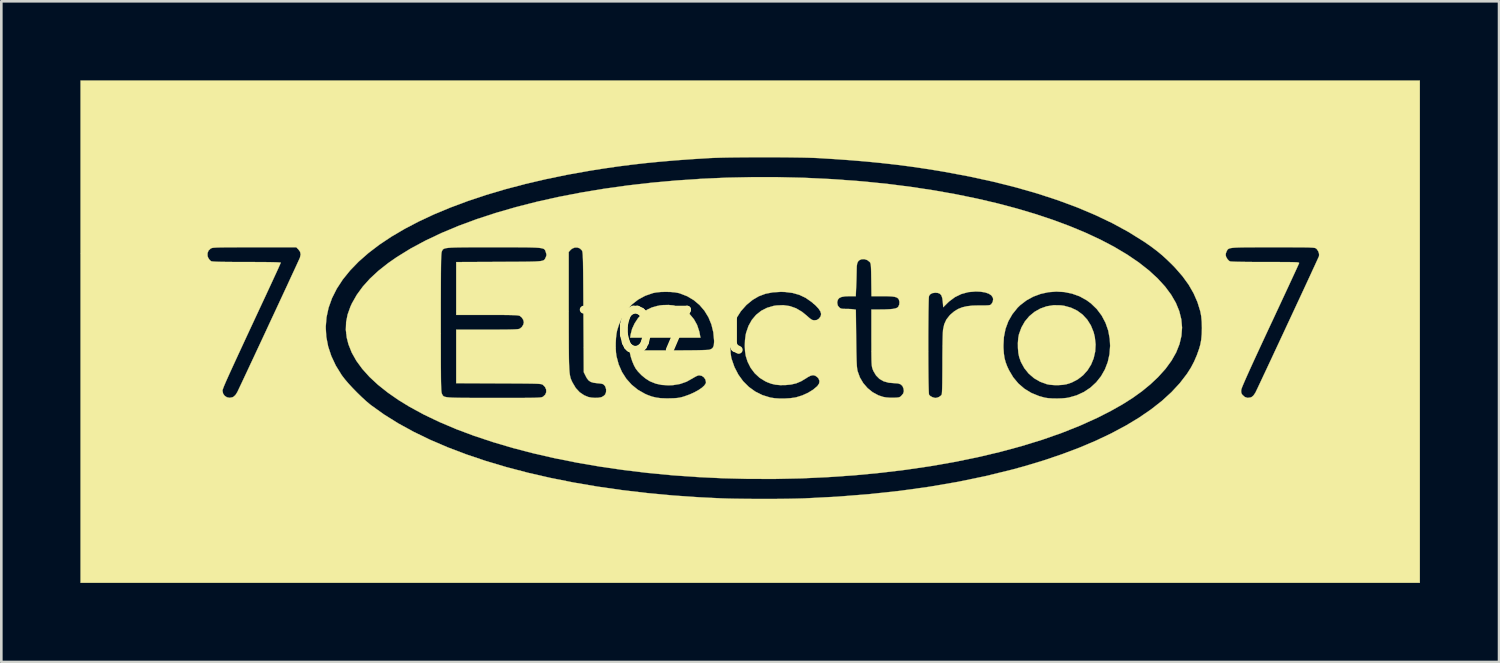
<source format=kicad_pcb>
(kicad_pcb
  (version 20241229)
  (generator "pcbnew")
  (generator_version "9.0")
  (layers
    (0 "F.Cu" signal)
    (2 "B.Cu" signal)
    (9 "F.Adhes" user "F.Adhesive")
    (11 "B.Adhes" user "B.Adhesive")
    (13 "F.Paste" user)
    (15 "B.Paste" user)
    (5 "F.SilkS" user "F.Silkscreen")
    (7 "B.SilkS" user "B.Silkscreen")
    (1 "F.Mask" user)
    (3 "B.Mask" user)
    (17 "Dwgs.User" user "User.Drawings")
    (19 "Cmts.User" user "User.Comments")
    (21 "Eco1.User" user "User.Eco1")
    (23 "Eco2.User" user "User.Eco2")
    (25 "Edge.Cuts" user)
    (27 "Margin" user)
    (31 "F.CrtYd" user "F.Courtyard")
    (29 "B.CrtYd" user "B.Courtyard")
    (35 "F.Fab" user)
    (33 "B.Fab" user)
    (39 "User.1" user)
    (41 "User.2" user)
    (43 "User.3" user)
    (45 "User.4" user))
  (footprint "707 logo 1"
    (layer "F.Cu")
    (at 25.405 9.53)
    (property "Reference" "707 logo 1" (at 0 0 0) (layer "F.SilkS") (effects (font (size 1.524 1.524) (thickness 0.3))))
    (attr through_hole)
    (fp_poly (pts (xy -2.916 -0.992) (xy -2.684 -0.922) (xy -2.474 -0.809) (xy -2.289 -0.657) (xy -2.134 -0.471) (xy -2.014 -0.256) (xy -1.934 -0.015) (xy -1.92 0.049) (xy -1.886 0.229) (xy -4.552 0.229) (xy -4.535 0.109) (xy -4.48 -0.104) (xy -4.383 -0.315) (xy -4.252 -0.514) (xy -4.095 -0.688) (xy -3.92 -0.825) (xy -3.908 -0.833) (xy -3.736 -0.915) (xy -3.534 -0.974) (xy -3.316 -1.007) (xy -3.098 -1.013) (xy -2.916 -0.992)) (stroke (width 0.01) (type solid)) (fill yes) (layer "F.SilkS"))
    (fp_poly (pts (xy 11.781 -0.999) (xy 11.906 -0.982) (xy 12.168 -0.91) (xy 12.404 -0.797) (xy 12.611 -0.644) (xy 12.785 -0.455) (xy 12.925 -0.232) (xy 13.027 0.021) (xy 13.072 0.206) (xy 13.102 0.485) (xy 13.086 0.755) (xy 13.028 1.011) (xy 12.93 1.25) (xy 12.795 1.466) (xy 12.626 1.654) (xy 12.425 1.81) (xy 12.195 1.93) (xy 12.003 1.993) (xy 11.864 2.017) (xy 11.698 2.028) (xy 11.523 2.027) (xy 11.361 2.013) (xy 11.252 1.992) (xy 10.996 1.899) (xy 10.766 1.765) (xy 10.565 1.592) (xy 10.399 1.386) (xy 10.27 1.151) (xy 10.204 0.967) (xy 10.172 0.81) (xy 10.156 0.624) (xy 10.154 0.429) (xy 10.168 0.245) (xy 10.194 0.103) (xy 10.288 -0.157) (xy 10.42 -0.388) (xy 10.586 -0.587) (xy 10.783 -0.75) (xy 11.005 -0.876) (xy 11.249 -0.962) (xy 11.509 -1.004) (xy 11.781 -0.999)) (stroke (width 0.01) (type solid)) (fill yes) (layer "F.SilkS"))
    (fp_poly (pts (xy 25.4 9.525) (xy -25.4 9.525) (xy -25.4 -2.976) (xy -20.585 -2.976) (xy -20.581 -2.866) (xy -20.558 -2.803) (xy -20.513 -2.733) (xy -20.46 -2.682) (xy -20.447 -2.674) (xy -20.419 -2.666) (xy -20.366 -2.66) (xy -20.284 -2.655) (xy -20.17 -2.65) (xy -20.021 -2.647) (xy -19.833 -2.645) (xy -19.604 -2.643) (xy -19.329 -2.642) (xy -19.094 -2.642) (xy -18.797 -2.641) (xy -18.534 -2.64) (xy -18.307 -2.638) (xy -18.119 -2.635) (xy -17.973 -2.631) (xy -17.871 -2.626) (xy -17.815 -2.621) (xy -17.805 -2.617) (xy -17.816 -2.59) (xy -17.846 -2.522) (xy -17.893 -2.416) (xy -17.956 -2.277) (xy -18.033 -2.111) (xy -18.121 -1.92) (xy -18.218 -1.71) (xy -18.323 -1.485) (xy -18.354 -1.417) (xy -18.577 -0.94) (xy -18.779 -0.506) (xy -18.962 -0.113) (xy -19.126 0.239) (xy -19.272 0.555) (xy -19.402 0.835) (xy -19.516 1.082) (xy -19.615 1.297) (xy -19.701 1.485) (xy -19.774 1.645) (xy -19.835 1.781) (xy -19.885 1.894) (xy -19.925 1.987) (xy -19.957 2.063) (xy -19.98 2.122) (xy -19.997 2.167) (xy -20.008 2.201) (xy -20.013 2.225) (xy -20.015 2.242) (xy -20.015 2.242) (xy -19.993 2.349) (xy -19.934 2.433) (xy -19.849 2.488) (xy -19.747 2.509) (xy -19.64 2.489) (xy -19.593 2.466) (xy -19.523 2.401) (xy -19.456 2.296) (xy -19.443 2.269) (xy -19.367 2.109) (xy -19.277 1.919) (xy -19.175 1.702) (xy -19.062 1.461) (xy -18.94 1.2) (xy -18.81 0.923) (xy -18.675 0.633) (xy -18.535 0.334) (xy -18.393 0.03) (xy -18.299 -0.173) (xy -16.1 -0.173) (xy -16.079 0.195) (xy -16.008 0.562) (xy -15.887 0.927) (xy -15.717 1.288) (xy -15.498 1.643) (xy -15.474 1.676) (xy -15.37 1.811) (xy -15.236 1.968) (xy -15.079 2.138) (xy -14.91 2.311) (xy -14.737 2.479) (xy -14.57 2.633) (xy -14.416 2.762) (xy -14.376 2.793) (xy -13.887 3.143) (xy -13.35 3.478) (xy -12.768 3.797) (xy -12.143 4.1) (xy -11.477 4.386) (xy -10.771 4.654) (xy -10.027 4.905) (xy -9.247 5.137) (xy -8.433 5.351) (xy -7.586 5.545) (xy -6.708 5.72) (xy -5.801 5.875) (xy -4.867 6.009) (xy -3.907 6.122) (xy -2.924 6.214) (xy -1.919 6.283) (xy -1.092 6.323) (xy -0.847 6.331) (xy -0.561 6.337) (xy -0.244 6.341) (xy 0.093 6.344) (xy 0.441 6.345) (xy 0.79 6.345) (xy 1.13 6.343) (xy 1.452 6.339) (xy 1.745 6.333) (xy 2 6.326) (xy 2.057 6.324) (xy 3.295 6.26) (xy 4.497 6.165) (xy 5.662 6.04) (xy 6.791 5.883) (xy 7.881 5.696) (xy 8.933 5.478) (xy 9.945 5.23) (xy 10.361 5.116) (xy 11.108 4.892) (xy 11.816 4.653) (xy 12.485 4.401) (xy 13.114 4.135) (xy 13.701 3.856) (xy 14.246 3.565) (xy 14.747 3.263) (xy 15.204 2.95) (xy 15.616 2.627) (xy 15.981 2.293) (xy 16.298 1.951) (xy 16.567 1.601) (xy 16.719 1.362) (xy 16.834 1.143) (xy 16.941 0.897) (xy 17.029 0.648) (xy 17.074 0.491) (xy 17.108 0.308) (xy 17.128 0.092) (xy 17.134 -0.139) (xy 17.128 -0.371) (xy 17.108 -0.587) (xy 17.074 -0.77) (xy 17.074 -0.77) (xy 16.966 -1.119) (xy 16.819 -1.455) (xy 16.631 -1.782) (xy 16.398 -2.103) (xy 16.118 -2.424) (xy 15.991 -2.555) (xy 15.8 -2.74) (xy 15.62 -2.904) (xy 15.605 -2.916) (xy 18.034 -2.916) (xy 18.053 -2.836) (xy 18.101 -2.754) (xy 18.163 -2.688) (xy 18.201 -2.666) (xy 18.241 -2.661) (xy 18.328 -2.656) (xy 18.46 -2.651) (xy 18.631 -2.648) (xy 18.84 -2.645) (xy 19.081 -2.643) (xy 19.353 -2.642) (xy 19.55 -2.642) (xy 19.838 -2.642) (xy 20.08 -2.641) (xy 20.279 -2.64) (xy 20.44 -2.639) (xy 20.566 -2.637) (xy 20.661 -2.634) (xy 20.73 -2.631) (xy 20.776 -2.626) (xy 20.805 -2.62) (xy 20.818 -2.612) (xy 20.822 -2.603) (xy 20.821 -2.597) (xy 20.808 -2.568) (xy 20.776 -2.497) (xy 20.725 -2.385) (xy 20.657 -2.237) (xy 20.573 -2.056) (xy 20.475 -1.844) (xy 20.364 -1.605) (xy 20.242 -1.343) (xy 20.11 -1.059) (xy 19.969 -0.757) (xy 19.822 -0.441) (xy 19.722 -0.229) (xy 19.525 0.194) (xy 19.349 0.573) (xy 19.194 0.908) (xy 19.059 1.202) (xy 18.944 1.455) (xy 18.847 1.67) (xy 18.769 1.847) (xy 18.708 1.988) (xy 18.664 2.094) (xy 18.637 2.167) (xy 18.626 2.207) (xy 18.625 2.21) (xy 18.623 2.295) (xy 18.644 2.358) (xy 18.67 2.396) (xy 18.762 2.478) (xy 18.866 2.512) (xy 18.98 2.496) (xy 19.026 2.476) (xy 19.092 2.419) (xy 19.158 2.322) (xy 19.174 2.292) (xy 19.199 2.239) (xy 19.244 2.146) (xy 19.305 2.016) (xy 19.382 1.853) (xy 19.472 1.66) (xy 19.575 1.442) (xy 19.688 1.2) (xy 19.81 0.94) (xy 19.938 0.665) (xy 20.072 0.378) (xy 20.21 0.083) (xy 20.349 -0.216) (xy 20.489 -0.516) (xy 20.628 -0.814) (xy 20.763 -1.105) (xy 20.894 -1.385) (xy 21.018 -1.652) (xy 21.134 -1.902) (xy 21.24 -2.131) (xy 21.334 -2.336) (xy 21.416 -2.512) (xy 21.482 -2.657) (xy 21.532 -2.766) (xy 21.564 -2.837) (xy 21.576 -2.864) (xy 21.579 -2.947) (xy 21.551 -3.04) (xy 21.499 -3.122) (xy 21.47 -3.149) (xy 21.456 -3.16) (xy 21.438 -3.169) (xy 21.414 -3.176) (xy 21.379 -3.182) (xy 21.33 -3.187) (xy 21.262 -3.191) (xy 21.171 -3.195) (xy 21.054 -3.197) (xy 20.908 -3.198) (xy 20.727 -3.199) (xy 20.508 -3.2) (xy 20.248 -3.2) (xy 19.941 -3.2) (xy 19.833 -3.2) (xy 19.5 -3.2) (xy 19.214 -3.2) (xy 18.971 -3.199) (xy 18.767 -3.198) (xy 18.6 -3.195) (xy 18.464 -3.191) (xy 18.357 -3.185) (xy 18.274 -3.176) (xy 18.212 -3.166) (xy 18.167 -3.152) (xy 18.135 -3.135) (xy 18.112 -3.115) (xy 18.095 -3.091) (xy 18.08 -3.063) (xy 18.073 -3.049) (xy 18.045 -2.978) (xy 18.034 -2.916) (xy 15.605 -2.916) (xy 15.437 -3.055) (xy 15.24 -3.204) (xy 15.016 -3.362) (xy 14.897 -3.441) (xy 14.343 -3.786) (xy 13.742 -4.113) (xy 13.095 -4.422) (xy 12.403 -4.714) (xy 11.667 -4.987) (xy 10.889 -5.241) (xy 10.068 -5.476) (xy 9.206 -5.692) (xy 8.305 -5.888) (xy 7.364 -6.064) (xy 7.106 -6.108) (xy 6.567 -6.193) (xy 6.034 -6.27) (xy 5.501 -6.338) (xy 4.957 -6.399) (xy 4.396 -6.454) (xy 3.808 -6.503) (xy 3.185 -6.547) (xy 2.603 -6.583) (xy 2.432 -6.591) (xy 2.217 -6.598) (xy 1.964 -6.604) (xy 1.68 -6.608) (xy 1.373 -6.612) (xy 1.048 -6.614) (xy 0.713 -6.615) (xy 0.374 -6.615) (xy 0.038 -6.614) (xy -0.289 -6.612) (xy -0.599 -6.609) (xy -0.886 -6.605) (xy -1.143 -6.599) (xy -1.364 -6.592) (xy -1.542 -6.584) (xy -1.562 -6.583) (xy -2.223 -6.542) (xy -2.841 -6.497) (xy -3.425 -6.447) (xy -3.984 -6.392) (xy -4.526 -6.33) (xy -5.059 -6.261) (xy -5.591 -6.183) (xy -6.065 -6.108) (xy -6.919 -5.956) (xy -7.744 -5.786) (xy -8.537 -5.601) (xy -9.297 -5.4) (xy -10.024 -5.184) (xy -10.716 -4.953) (xy -11.372 -4.708) (xy -11.99 -4.451) (xy -12.57 -4.18) (xy -13.11 -3.897) (xy -13.61 -3.603) (xy -14.067 -3.298) (xy -14.481 -2.982) (xy -14.851 -2.657) (xy -15.175 -2.322) (xy -15.453 -1.979) (xy -15.682 -1.628) (xy -15.862 -1.27) (xy -15.992 -0.907) (xy -16.071 -0.541) (xy -16.1 -0.173) (xy -18.299 -0.173) (xy -18.251 -0.277) (xy -18.109 -0.581) (xy -17.969 -0.881) (xy -17.834 -1.172) (xy -17.704 -1.451) (xy -17.582 -1.713) (xy -17.47 -1.956) (xy -17.368 -2.177) (xy -17.278 -2.37) (xy -17.203 -2.533) (xy -17.144 -2.662) (xy -17.102 -2.754) (xy -17.08 -2.805) (xy -17.076 -2.814) (xy -17.052 -2.93) (xy -17.071 -3.027) (xy -17.136 -3.119) (xy -17.144 -3.127) (xy -17.217 -3.2) (xy -18.8 -3.2) (xy -19.124 -3.2) (xy -19.4 -3.2) (xy -19.633 -3.199) (xy -19.827 -3.198) (xy -19.987 -3.197) (xy -20.114 -3.195) (xy -20.215 -3.192) (xy -20.292 -3.188) (xy -20.349 -3.184) (xy -20.391 -3.178) (xy -20.421 -3.171) (xy -20.444 -3.162) (xy -20.462 -3.152) (xy -20.465 -3.151) (xy -20.545 -3.075) (xy -20.585 -2.976) (xy -25.4 -2.976) (xy -25.4 -9.525) (xy 25.4 -9.525) (xy 25.4 9.525)) (stroke (width 0.01) (type solid)) (fill yes) (layer "F.SilkS"))
    (fp_poly (pts (xy 1.052 -5.86) (xy 2.035 -5.837) (xy 3.022 -5.79) (xy 4.009 -5.721) (xy 4.381 -5.689) (xy 5.266 -5.598) (xy 6.131 -5.487) (xy 6.974 -5.359) (xy 7.795 -5.213) (xy 8.59 -5.05) (xy 9.358 -4.871) (xy 10.097 -4.676) (xy 10.805 -4.466) (xy 11.481 -4.241) (xy 12.121 -4.003) (xy 12.725 -3.752) (xy 13.291 -3.488) (xy 13.816 -3.212) (xy 14.298 -2.925) (xy 14.736 -2.628) (xy 15.128 -2.32) (xy 15.456 -2.018) (xy 15.737 -1.711) (xy 15.967 -1.402) (xy 16.147 -1.091) (xy 16.275 -0.779) (xy 16.353 -0.466) (xy 16.381 -0.153) (xy 16.357 0.161) (xy 16.283 0.474) (xy 16.158 0.787) (xy 15.982 1.098) (xy 15.756 1.408) (xy 15.478 1.716) (xy 15.469 1.726) (xy 15.178 1.999) (xy 14.859 2.261) (xy 14.506 2.514) (xy 14.115 2.761) (xy 13.682 3.005) (xy 13.203 3.25) (xy 13.17 3.266) (xy 12.514 3.563) (xy 11.813 3.842) (xy 11.071 4.102) (xy 10.289 4.342) (xy 9.471 4.563) (xy 8.62 4.764) (xy 7.738 4.944) (xy 6.828 5.103) (xy 5.893 5.24) (xy 4.935 5.355) (xy 3.958 5.448) (xy 2.965 5.517) (xy 1.957 5.564) (xy 0.939 5.586) (xy -0.088 5.584) (xy -1.041 5.56) (xy -2.005 5.514) (xy -2.954 5.447) (xy -3.887 5.358) (xy -4.8 5.248) (xy -5.693 5.119) (xy -6.561 4.97) (xy -7.404 4.802) (xy -8.218 4.616) (xy -9.002 4.412) (xy -9.752 4.19) (xy -10.467 3.953) (xy -11.145 3.699) (xy -11.782 3.429) (xy -12.377 3.145) (xy -12.927 2.846) (xy -13.332 2.598) (xy -13.748 2.309) (xy -14.118 2.015) (xy -14.44 1.716) (xy -14.713 1.412) (xy -14.938 1.105) (xy -15.113 0.794) (xy -15.238 0.48) (xy -15.302 0.229) (xy -15.337 -0.069) (xy -15.327 -0.341) (xy -11.735 -0.341) (xy -11.735 0.083) (xy -11.735 0.459) (xy -11.734 0.791) (xy -11.734 1.08) (xy -11.733 1.331) (xy -11.731 1.545) (xy -11.73 1.726) (xy -11.728 1.878) (xy -11.725 2.002) (xy -11.722 2.102) (xy -11.719 2.18) (xy -11.715 2.24) (xy -11.71 2.285) (xy -11.705 2.317) (xy -11.699 2.34) (xy -11.693 2.353) (xy -11.68 2.383) (xy -11.666 2.409) (xy -11.65 2.431) (xy -11.628 2.45) (xy -11.595 2.466) (xy -11.549 2.478) (xy -11.486 2.489) (xy -11.403 2.497) (xy -11.295 2.503) (xy -11.16 2.507) (xy -10.994 2.51) (xy -10.793 2.512) (xy -10.554 2.513) (xy -10.273 2.513) (xy -9.947 2.513) (xy -9.728 2.513) (xy -9.383 2.514) (xy -9.085 2.514) (xy -8.831 2.513) (xy -8.616 2.513) (xy -8.438 2.512) (xy -8.292 2.51) (xy -8.175 2.508) (xy -8.083 2.504) (xy -8.012 2.501) (xy -7.96 2.496) (xy -7.922 2.49) (xy -7.895 2.483) (xy -7.874 2.475) (xy -7.857 2.465) (xy -7.856 2.465) (xy -7.775 2.39) (xy -7.736 2.297) (xy -7.738 2.196) (xy -7.782 2.098) (xy -7.857 2.022) (xy -7.872 2.011) (xy -7.89 2.002) (xy -7.914 1.994) (xy -7.948 1.987) (xy -7.996 1.982) (xy -8.061 1.977) (xy -8.148 1.974) (xy -8.261 1.971) (xy -8.402 1.969) (xy -8.577 1.967) (xy -8.789 1.965) (xy -9.041 1.964) (xy -9.338 1.962) (xy -9.54 1.962) (xy -11.151 1.955) (xy -11.151 -0.076) (xy -9.981 -0.076) (xy -9.7 -0.076) (xy -9.466 -0.077) (xy -9.274 -0.078) (xy -9.119 -0.081) (xy -8.998 -0.084) (xy -8.905 -0.088) (xy -8.836 -0.093) (xy -8.788 -0.099) (xy -8.755 -0.107) (xy -8.737 -0.115) (xy -8.662 -0.176) (xy -8.607 -0.264) (xy -8.585 -0.355) (xy -8.585 -0.356) (xy -8.607 -0.447) (xy -8.662 -0.535) (xy -8.737 -0.596) (xy -8.737 -0.596) (xy -8.761 -0.606) (xy -8.797 -0.613) (xy -8.849 -0.62) (xy -8.923 -0.625) (xy -9.021 -0.628) (xy -9.149 -0.631) (xy -9.312 -0.633) (xy -9.512 -0.634) (xy -9.756 -0.635) (xy -9.981 -0.635) (xy -11.151 -0.635) (xy -11.151 -2.64) (xy -9.531 -2.647) (xy -9.196 -2.649) (xy -8.909 -2.65) (xy -8.664 -2.652) (xy -8.459 -2.654) (xy -8.29 -2.657) (xy -8.153 -2.661) (xy -8.045 -2.668) (xy -7.961 -2.676) (xy -7.898 -2.687) (xy -7.853 -2.7) (xy -7.821 -2.717) (xy -7.799 -2.737) (xy -7.783 -2.761) (xy -7.769 -2.789) (xy -7.756 -2.818) (xy -7.731 -2.882) (xy -7.729 -2.937) (xy -7.75 -3.009) (xy -7.754 -3.022) (xy -6.883 -3.022) (xy -6.883 -0.781) (xy -6.882 -0.376) (xy -6.882 -0.019) (xy -6.881 0.294) (xy -6.88 0.566) (xy -6.878 0.801) (xy -6.876 1.002) (xy -6.872 1.173) (xy -6.867 1.316) (xy -6.861 1.435) (xy -6.853 1.534) (xy -6.843 1.616) (xy -6.831 1.683) (xy -6.818 1.741) (xy -6.802 1.791) (xy -6.783 1.838) (xy -6.762 1.884) (xy -6.737 1.934) (xy -6.735 1.938) (xy -6.614 2.14) (xy -6.468 2.298) (xy -6.296 2.414) (xy -6.14 2.478) (xy -6.027 2.501) (xy -5.897 2.511) (xy -5.768 2.508) (xy -5.661 2.49) (xy -5.629 2.479) (xy -5.558 2.438) (xy -5.504 2.387) (xy -5.502 2.385) (xy -5.467 2.294) (xy -5.464 2.187) (xy -5.495 2.086) (xy -5.52 2.047) (xy -5.553 2.011) (xy -5.591 1.987) (xy -5.645 1.973) (xy -5.73 1.962) (xy -5.796 1.956) (xy -5.941 1.938) (xy -6.048 1.905) (xy -6.129 1.85) (xy -6.195 1.766) (xy -6.24 1.682) (xy -6.312 1.537) (xy -6.317 0.612) (xy -5.1 0.612) (xy -5.091 0.785) (xy -5.072 0.929) (xy -5.072 0.931) (xy -4.989 1.242) (xy -4.864 1.528) (xy -4.699 1.786) (xy -4.497 2.012) (xy -4.26 2.204) (xy -3.991 2.358) (xy -3.884 2.405) (xy -3.722 2.463) (xy -3.561 2.501) (xy -3.386 2.524) (xy -3.185 2.531) (xy -3.048 2.53) (xy -2.894 2.525) (xy -2.776 2.517) (xy -2.679 2.503) (xy -2.587 2.482) (xy -2.489 2.452) (xy -2.295 2.382) (xy -2.118 2.302) (xy -1.963 2.217) (xy -1.835 2.13) (xy -1.742 2.046) (xy -1.688 1.968) (xy -1.676 1.919) (xy -1.698 1.817) (xy -1.755 1.733) (xy -1.836 1.676) (xy -1.931 1.657) (xy -1.974 1.662) (xy -2.035 1.686) (xy -2.115 1.728) (xy -2.172 1.763) (xy -2.412 1.897) (xy -2.66 1.984) (xy -2.924 2.028) (xy -3.102 2.035) (xy -3.354 2.02) (xy -3.576 1.973) (xy -3.782 1.891) (xy -3.822 1.871) (xy -3.972 1.775) (xy -4.122 1.651) (xy -4.255 1.513) (xy -4.344 1.397) (xy -4.411 1.272) (xy -4.475 1.118) (xy -4.527 0.958) (xy -4.559 0.819) (xy -4.576 0.711) (xy -3.107 0.711) (xy -2.759 0.711) (xy -2.451 0.709) (xy -2.185 0.707) (xy -1.962 0.704) (xy -1.785 0.699) (xy -1.654 0.694) (xy -1.571 0.689) (xy -1.543 0.684) (xy -1.462 0.651) (xy -1.451 0.64) (xy -0.751 0.64) (xy -0.741 0.821) (xy -0.72 0.973) (xy -0.707 1.029) (xy -0.596 1.346) (xy -0.448 1.631) (xy -0.266 1.882) (xy -0.051 2.096) (xy 0.193 2.272) (xy 0.465 2.407) (xy 0.763 2.499) (xy 0.775 2.501) (xy 0.931 2.525) (xy 1.119 2.537) (xy 1.32 2.536) (xy 1.516 2.524) (xy 1.69 2.501) (xy 1.748 2.489) (xy 1.976 2.418) (xy 2.193 2.32) (xy 2.385 2.202) (xy 2.542 2.07) (xy 2.551 2.06) (xy 2.615 1.965) (xy 2.628 1.869) (xy 2.592 1.777) (xy 2.545 1.724) (xy 2.467 1.67) (xy 2.387 1.651) (xy 2.297 1.669) (xy 2.188 1.724) (xy 2.123 1.767) (xy 1.932 1.882) (xy 1.746 1.96) (xy 1.546 2.006) (xy 1.346 2.025) (xy 1.138 2.028) (xy 0.962 2.012) (xy 0.801 1.975) (xy 0.64 1.914) (xy 0.569 1.88) (xy 0.356 1.748) (xy 0.171 1.576) (xy 0.017 1.371) (xy -0.099 1.139) (xy -0.167 0.923) (xy -0.195 0.742) (xy -0.205 0.535) (xy -0.197 0.321) (xy -0.171 0.123) (xy -0.154 0.043) (xy -0.064 -0.218) (xy 0.063 -0.446) (xy 0.224 -0.637) (xy 0.417 -0.791) (xy 0.64 -0.905) (xy 0.891 -0.978) (xy 0.995 -0.994) (xy 1.258 -1.005) (xy 1.506 -0.969) (xy 1.741 -0.886) (xy 1.966 -0.753) (xy 2.141 -0.611) (xy 2.233 -0.529) (xy 2.299 -0.477) (xy 2.35 -0.447) (xy 2.396 -0.434) (xy 2.441 -0.432) (xy 2.527 -0.443) (xy 2.596 -0.485) (xy 2.618 -0.506) (xy 2.675 -0.586) (xy 2.691 -0.672) (xy 2.664 -0.767) (xy 2.594 -0.874) (xy 2.48 -0.996) (xy 2.377 -1.085) (xy 3.302 -1.085) (xy 3.323 -0.991) (xy 3.369 -0.931) (xy 3.409 -0.896) (xy 3.451 -0.876) (xy 3.511 -0.866) (xy 3.604 -0.863) (xy 3.629 -0.863) (xy 3.738 -0.861) (xy 3.84 -0.856) (xy 3.914 -0.848) (xy 3.915 -0.848) (xy 4.008 -0.832) (xy 4.02 0.251) (xy 4.024 0.527) (xy 4.027 0.757) (xy 4.032 0.946) (xy 4.036 1.1) (xy 4.042 1.222) (xy 4.048 1.319) (xy 4.056 1.394) (xy 4.065 1.454) (xy 4.074 1.496) (xy 4.16 1.734) (xy 4.287 1.95) (xy 4.45 2.139) (xy 4.643 2.296) (xy 4.861 2.414) (xy 5.045 2.475) (xy 5.161 2.495) (xy 5.304 2.506) (xy 5.427 2.507) (xy 5.541 2.503) (xy 5.616 2.496) (xy 5.667 2.482) (xy 5.706 2.458) (xy 5.728 2.438) (xy 5.802 2.35) (xy 5.829 2.259) (xy 5.816 2.158) (xy 5.775 2.061) (xy 5.708 1.998) (xy 5.609 1.964) (xy 5.489 1.955) (xy 5.259 1.937) (xy 5.064 1.883) (xy 4.903 1.791) (xy 4.774 1.661) (xy 4.674 1.493) (xy 4.648 1.429) (xy 4.636 1.393) (xy 4.625 1.356) (xy 4.617 1.311) (xy 4.611 1.253) (xy 4.606 1.179) (xy 4.602 1.081) (xy 4.6 0.956) (xy 4.598 0.799) (xy 4.598 0.603) (xy 4.598 0.472) (xy 6.755 0.472) (xy 6.755 0.742) (xy 6.756 1.007) (xy 6.757 1.263) (xy 6.759 1.505) (xy 6.761 1.728) (xy 6.764 1.927) (xy 6.768 2.097) (xy 6.772 2.233) (xy 6.777 2.33) (xy 6.782 2.384) (xy 6.784 2.391) (xy 6.833 2.442) (xy 6.912 2.485) (xy 6.999 2.511) (xy 7.031 2.514) (xy 7.095 2.503) (xy 7.163 2.476) (xy 7.224 2.434) (xy 7.264 2.389) (xy 7.271 2.35) (xy 7.277 2.262) (xy 7.282 2.127) (xy 7.286 1.946) (xy 7.288 1.721) (xy 7.29 1.454) (xy 7.291 1.227) (xy 7.291 0.986) (xy 7.293 0.754) (xy 7.296 0.543) (xy 9.605 0.543) (xy 9.608 0.624) (xy 9.622 0.829) (xy 9.647 1.002) (xy 9.689 1.159) (xy 9.75 1.32) (xy 9.816 1.46) (xy 9.977 1.732) (xy 10.173 1.967) (xy 10.403 2.165) (xy 10.666 2.325) (xy 10.961 2.445) (xy 11.176 2.504) (xy 11.306 2.523) (xy 11.469 2.534) (xy 11.649 2.536) (xy 11.829 2.53) (xy 11.991 2.515) (xy 12.085 2.5) (xy 12.386 2.414) (xy 12.662 2.286) (xy 12.909 2.121) (xy 13.125 1.921) (xy 13.308 1.691) (xy 13.455 1.433) (xy 13.563 1.153) (xy 13.63 0.852) (xy 13.653 0.536) (xy 13.639 0.276) (xy 13.581 -0.041) (xy 13.477 -0.338) (xy 13.332 -0.612) (xy 13.147 -0.858) (xy 12.924 -1.073) (xy 12.756 -1.196) (xy 12.491 -1.342) (xy 12.207 -1.443) (xy 11.912 -1.503) (xy 11.612 -1.52) (xy 11.312 -1.497) (xy 11.019 -1.433) (xy 10.738 -1.329) (xy 10.478 -1.186) (xy 10.242 -1.005) (xy 10.142 -0.908) (xy 9.945 -0.663) (xy 9.792 -0.396) (xy 9.685 -0.107) (xy 9.623 0.206) (xy 9.605 0.543) (xy 7.296 0.543) (xy 7.296 0.538) (xy 7.299 0.343) (xy 7.303 0.177) (xy 7.308 0.045) (xy 7.313 -0.046) (xy 7.316 -0.076) (xy 7.361 -0.283) (xy 7.442 -0.459) (xy 7.564 -0.615) (xy 7.603 -0.654) (xy 7.74 -0.77) (xy 7.883 -0.858) (xy 8.041 -0.922) (xy 8.221 -0.964) (xy 8.432 -0.988) (xy 8.684 -0.994) (xy 8.706 -0.994) (xy 8.856 -0.994) (xy 8.964 -0.995) (xy 9.038 -1) (xy 9.087 -1.008) (xy 9.119 -1.021) (xy 9.142 -1.04) (xy 9.144 -1.041) (xy 9.2 -1.129) (xy 9.216 -1.231) (xy 9.204 -1.292) (xy 9.148 -1.376) (xy 9.048 -1.442) (xy 8.905 -1.49) (xy 8.724 -1.517) (xy 8.554 -1.524) (xy 8.274 -1.5) (xy 8.012 -1.429) (xy 7.77 -1.312) (xy 7.551 -1.15) (xy 7.49 -1.093) (xy 7.322 -0.926) (xy 7.307 -1.122) (xy 7.288 -1.268) (xy 7.255 -1.37) (xy 7.202 -1.434) (xy 7.124 -1.468) (xy 7.023 -1.477) (xy 6.905 -1.461) (xy 6.822 -1.411) (xy 6.784 -1.353) (xy 6.778 -1.316) (xy 6.773 -1.233) (xy 6.769 -1.11) (xy 6.766 -0.952) (xy 6.762 -0.762) (xy 6.76 -0.547) (xy 6.758 -0.311) (xy 6.756 -0.059) (xy 6.755 0.204) (xy 6.755 0.472) (xy 4.598 0.472) (xy 4.597 0.364) (xy 4.597 0.228) (xy 4.597 -0.838) (xy 4.896 -0.84) (xy 5.113 -0.843) (xy 5.284 -0.851) (xy 5.414 -0.863) (xy 5.51 -0.882) (xy 5.575 -0.907) (xy 5.614 -0.94) (xy 5.615 -0.941) (xy 5.654 -1.026) (xy 5.662 -1.128) (xy 5.638 -1.22) (xy 5.637 -1.223) (xy 5.605 -1.265) (xy 5.556 -1.297) (xy 5.485 -1.32) (xy 5.383 -1.335) (xy 5.245 -1.343) (xy 5.065 -1.346) (xy 5.019 -1.346) (xy 4.601 -1.346) (xy 4.593 -1.966) (xy 4.59 -2.16) (xy 4.587 -2.31) (xy 4.583 -2.423) (xy 4.578 -2.503) (xy 4.571 -2.56) (xy 4.561 -2.597) (xy 4.549 -2.623) (xy 4.534 -2.642) (xy 4.443 -2.714) (xy 4.336 -2.75) (xy 4.229 -2.749) (xy 4.138 -2.709) (xy 4.09 -2.659) (xy 4.059 -2.588) (xy 4.043 -2.485) (xy 4.039 -2.358) (xy 4.037 -2.254) (xy 4.034 -2.116) (xy 4.03 -1.959) (xy 4.024 -1.798) (xy 4.022 -1.746) (xy 4.005 -1.346) (xy 3.767 -1.346) (xy 3.596 -1.339) (xy 3.469 -1.317) (xy 3.381 -1.277) (xy 3.328 -1.216) (xy 3.304 -1.132) (xy 3.302 -1.085) (xy 2.377 -1.085) (xy 2.326 -1.128) (xy 2.103 -1.283) (xy 1.865 -1.396) (xy 1.607 -1.469) (xy 1.322 -1.505) (xy 1.168 -1.51) (xy 0.859 -1.492) (xy 0.581 -1.438) (xy 0.327 -1.343) (xy 0.093 -1.206) (xy -0.128 -1.025) (xy -0.148 -1.007) (xy -0.353 -0.776) (xy -0.517 -0.518) (xy -0.642 -0.23) (xy -0.691 -0.072) (xy -0.721 0.075) (xy -0.741 0.253) (xy -0.751 0.446) (xy -0.751 0.64) (xy -1.451 0.64) (xy -1.409 0.597) (xy -1.379 0.515) (xy -1.369 0.395) (xy -1.369 0.338) (xy -1.398 0.024) (xy -1.47 -0.272) (xy -1.583 -0.546) (xy -1.734 -0.793) (xy -1.92 -1.011) (xy -2.139 -1.195) (xy -2.387 -1.343) (xy -2.663 -1.45) (xy -2.718 -1.466) (xy -2.856 -1.491) (xy -3.026 -1.506) (xy -3.212 -1.51) (xy -3.397 -1.505) (xy -3.564 -1.488) (xy -3.683 -1.465) (xy -3.981 -1.362) (xy -4.246 -1.219) (xy -4.479 -1.037) (xy -4.679 -0.817) (xy -4.845 -0.559) (xy -4.978 -0.264) (xy -5.046 -0.051) (xy -5.072 0.079) (xy -5.09 0.243) (xy -5.099 0.426) (xy -5.1 0.612) (xy -6.317 0.612) (xy -6.325 -0.738) (xy -6.327 -1.13) (xy -6.329 -1.476) (xy -6.331 -1.776) (xy -6.333 -2.036) (xy -6.335 -2.257) (xy -6.338 -2.444) (xy -6.34 -2.598) (xy -6.343 -2.725) (xy -6.347 -2.826) (xy -6.35 -2.904) (xy -6.355 -2.964) (xy -6.36 -3.008) (xy -6.366 -3.04) (xy -6.373 -3.062) (xy -6.38 -3.077) (xy -6.383 -3.082) (xy -6.459 -3.157) (xy -6.556 -3.192) (xy -6.66 -3.189) (xy -6.76 -3.146) (xy -6.814 -3.099) (xy -6.883 -3.022) (xy -7.754 -3.022) (xy -7.762 -3.045) (xy -7.773 -3.076) (xy -7.788 -3.102) (xy -7.809 -3.125) (xy -7.84 -3.144) (xy -7.885 -3.159) (xy -7.947 -3.171) (xy -8.029 -3.181) (xy -8.136 -3.188) (xy -8.269 -3.193) (xy -8.434 -3.197) (xy -8.634 -3.199) (xy -8.871 -3.2) (xy -9.15 -3.2) (xy -9.473 -3.2) (xy -9.723 -3.2) (xy -10.079 -3.2) (xy -10.388 -3.2) (xy -10.653 -3.2) (xy -10.878 -3.198) (xy -11.066 -3.196) (xy -11.221 -3.192) (xy -11.346 -3.187) (xy -11.445 -3.179) (xy -11.52 -3.17) (xy -11.577 -3.158) (xy -11.618 -3.143) (xy -11.646 -3.125) (xy -11.666 -3.104) (xy -11.68 -3.079) (xy -11.692 -3.05) (xy -11.698 -3.037) (xy -11.704 -3.017) (xy -11.709 -2.985) (xy -11.714 -2.939) (xy -11.718 -2.876) (xy -11.722 -2.792) (xy -11.725 -2.686) (xy -11.727 -2.554) (xy -11.729 -2.394) (xy -11.731 -2.202) (xy -11.732 -1.975) (xy -11.733 -1.711) (xy -11.734 -1.408) (xy -11.735 -1.061) (xy -11.735 -0.669) (xy -11.735 -0.341) (xy -15.327 -0.341) (xy -15.327 -0.36) (xy -15.27 -0.649) (xy -15.165 -0.944) (xy -15.104 -1.077) (xy -14.922 -1.397) (xy -14.695 -1.708) (xy -14.422 -2.012) (xy -14.101 -2.309) (xy -13.731 -2.601) (xy -13.406 -2.827) (xy -12.886 -3.148) (xy -12.319 -3.453) (xy -11.709 -3.742) (xy -11.058 -4.014) (xy -10.368 -4.269) (xy -9.642 -4.506) (xy -8.881 -4.726) (xy -8.089 -4.928) (xy -7.267 -5.111) (xy -6.419 -5.275) (xy -5.546 -5.42) (xy -4.651 -5.545) (xy -3.736 -5.65) (xy -2.803 -5.734) (xy -1.856 -5.798) (xy -0.896 -5.841) (xy 0.074 -5.861) (xy 1.052 -5.86)) (stroke (width 0.01) (type solid)) (fill yes) (layer "F.SilkS")))
  (gr_rect
    (start -3 -3)
    (end 53.81 22.06)
    (stroke (width 0.1) (type default))
    (fill no)
    (layer "Edge.Cuts")))
</source>
